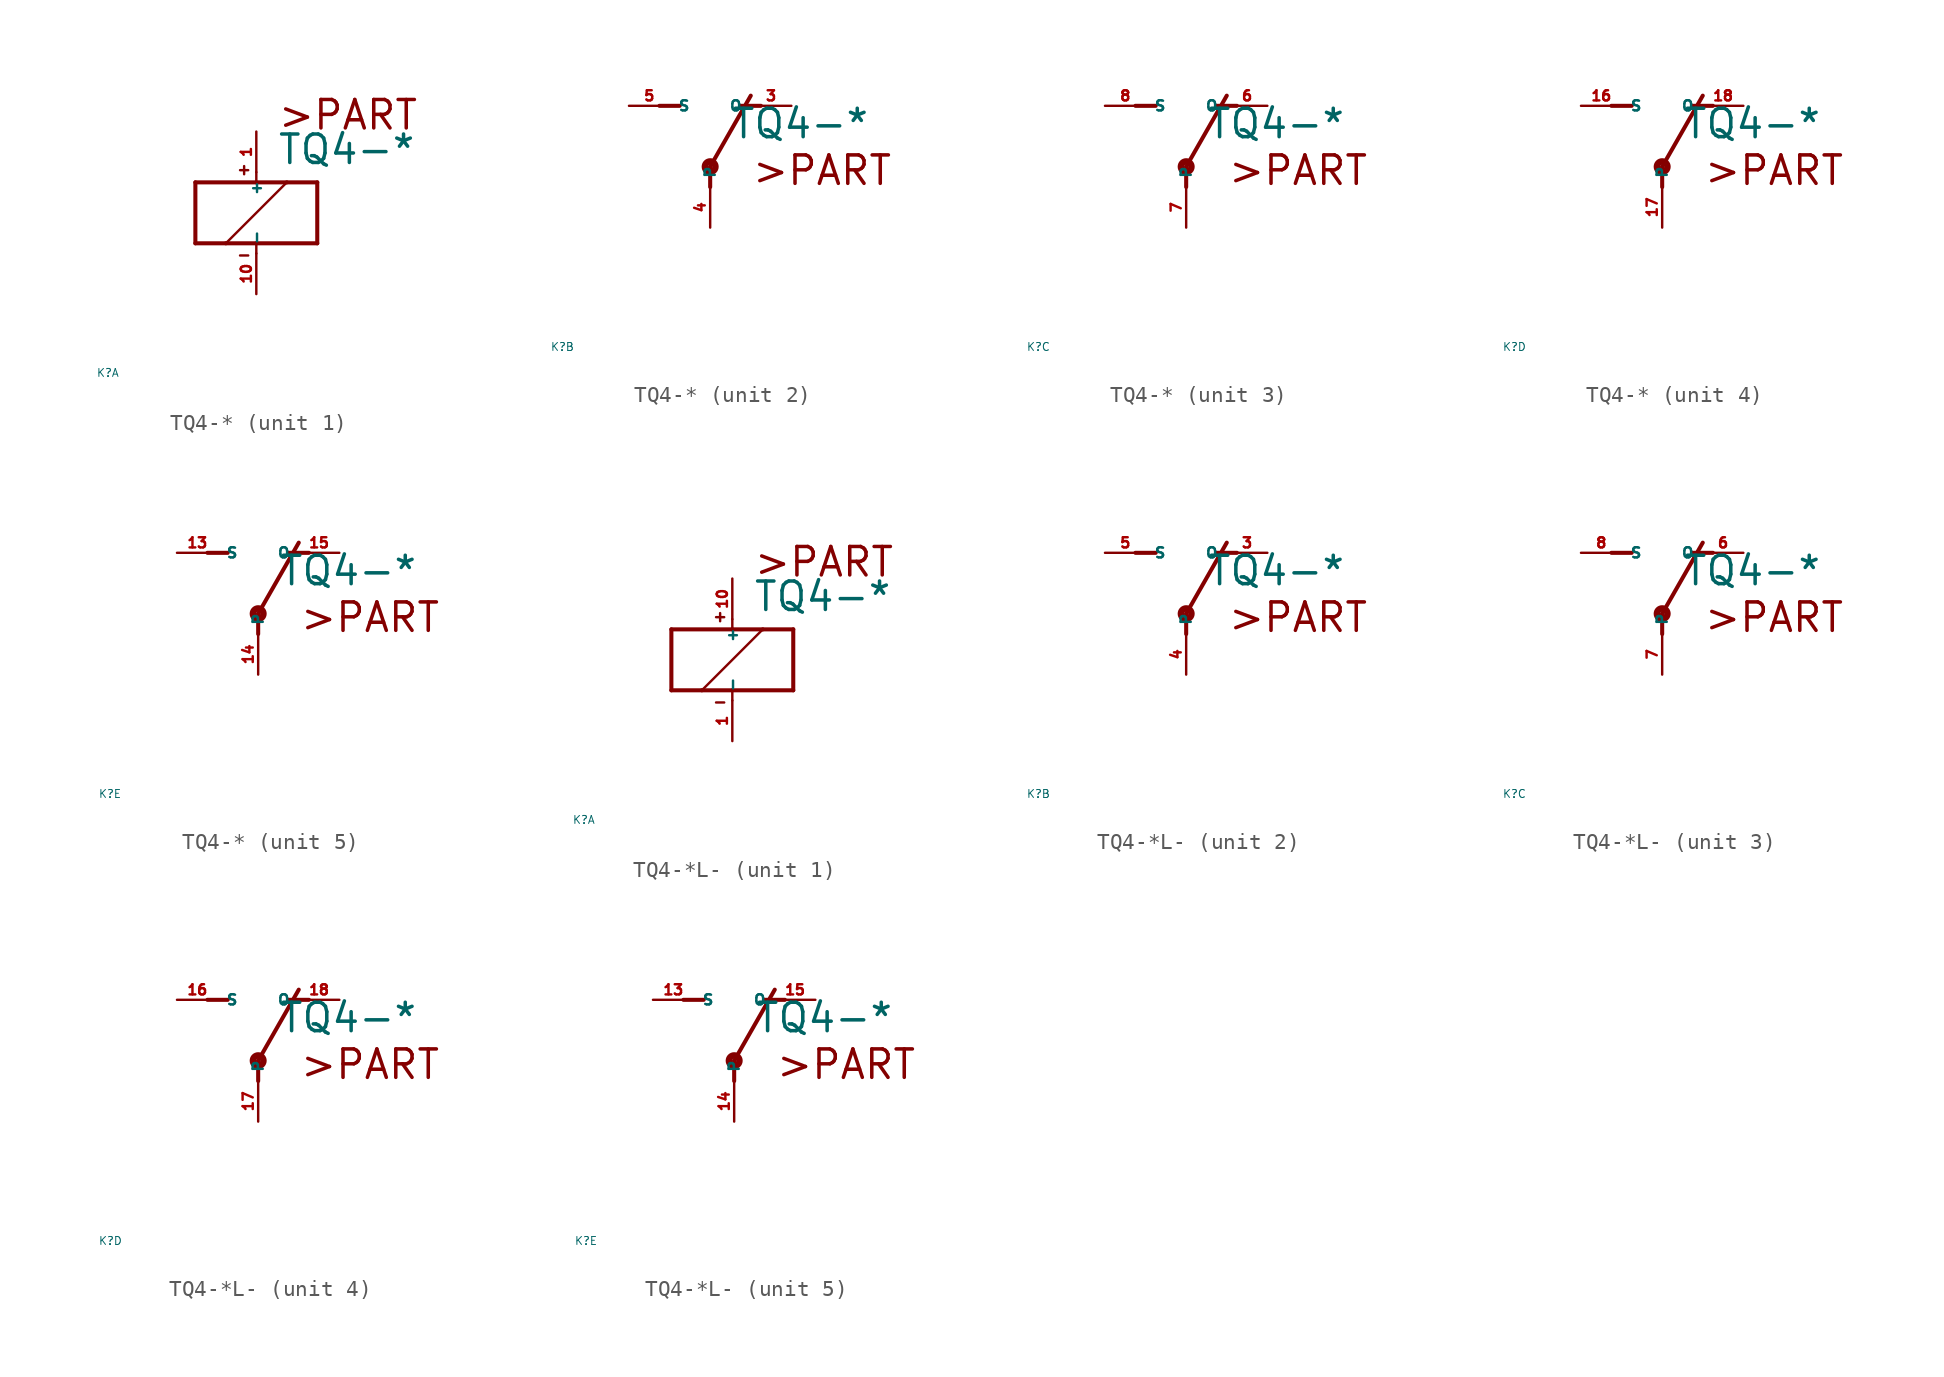
<source format=kicad_sym>
(kicad_symbol_lib
  (version 20220914)
  (generator Eagle2Kicad)
  (symbol "TQ4-*"
    (property "Reference" "K"
      (at -10 -10 0)
      (effects (font (size 0.5 0.5) (thickness 0.06)) (justify left)))
    (property "Value" "TQ4-*"
      (at 1.27 2.921 0)
      (effects (font (size 1.778 1.778) (thickness 0.22)) (justify left bottom)))
    (symbol "TQ4-*_1_0"
      (polyline (pts (xy -3.81 -1.905) (xy -1.905 -1.905)) (stroke (width 0.254) (type default)) (fill (type none)))
      (polyline (pts (xy 3.81 -1.905) (xy 3.81 1.905)) (stroke (width 0.254) (type default)) (fill (type none)))
      (polyline (pts (xy 3.81 1.905) (xy 1.905 1.905)) (stroke (width 0.254) (type default)) (fill (type none)))
      (polyline (pts (xy -3.81 1.905) (xy -3.81 -1.905)) (stroke (width 0.254) (type default)) (fill (type none)))
      (polyline (pts (xy 0 -2.54) (xy 0 -1.905)) (stroke (width 0.152) (type default)) (fill (type none)))
      (polyline (pts (xy 0 -1.905) (xy 3.81 -1.905)) (stroke (width 0.254) (type default)) (fill (type none)))
      (polyline (pts (xy 0 2.54) (xy 0 1.905)) (stroke (width 0.152) (type default)) (fill (type none)))
      (polyline (pts (xy 0 1.905) (xy -3.81 1.905)) (stroke (width 0.254) (type default)) (fill (type none)))
      (polyline (pts (xy -1.905 -1.905) (xy 1.905 1.905)) (stroke (width 0.152) (type default)) (fill (type none)))
      (polyline (pts (xy -1.905 -1.905) (xy 0 -1.905)) (stroke (width 0.254) (type default)) (fill (type none)))
      (polyline (pts (xy 1.905 1.905) (xy 0 1.905)) (stroke (width 0.254) (type default)) (fill (type none)))
      (polyline (pts (xy -1.016 2.667) (xy -0.508 2.667)) (stroke (width 0.152) (type default)) (fill (type none)))
      (polyline (pts (xy -0.762 2.921) (xy -0.762 2.413)) (stroke (width 0.152) (type default)) (fill (type none)))
      (polyline (pts (xy -1.016 -2.667) (xy -0.508 -2.667)) (stroke (width 0.152) (type default)) (fill (type none)))
      (text ">PART" (at 1.27 5.08 0) (effects (font (size 1.778 1.778) (thickness 0.22)) (justify left bottom)))
      (pin passive line (at 0 -5.08 90) (length 2.54) (name "-" (effects (font (size 0.635 0.635) (thickness 0.08)) (justify left bottom))) (number "10" (effects (font (size 0.635 0.635) (thickness 0.08)) (justify left bottom))))
      (pin passive line (at 0 5.08 270) (length 2.54) (name "+" (effects (font (size 0.635 0.635) (thickness 0.08)) (justify left bottom))) (number "1" (effects (font (size 0.635 0.635) (thickness 0.08)) (justify left bottom)))))
    (symbol "TQ4-*_2_0"
      (polyline (pts (xy 3.175 5.08) (xy 1.905 5.08)) (stroke (width 0.254) (type default)) (fill (type none)))
      (polyline (pts (xy -3.175 5.08) (xy -1.905 5.08)) (stroke (width 0.254) (type default)) (fill (type none)))
      (polyline (pts (xy 0 1.27) (xy 2.54 5.715)) (stroke (width 0.254) (type default)) (fill (type none)))
      (polyline (pts (xy 0 1.27) (xy 0 0)) (stroke (width 0.254) (type default)) (fill (type none)))
      (text ">PART" (at 2.54 0 0) (effects (font (size 1.778 1.778) (thickness 0.22)) (justify left bottom)))
      (circle (center 0 1.27) (radius 0.127) (stroke (width 0.406) (type default)) (fill (type none)))
      (pin passive line (at 5.08 5.08 180) (length 2.54) (name "O" (effects (font (size 0.635 0.635) (thickness 0.08)) (justify left bottom))) (number "3" (effects (font (size 0.635 0.635) (thickness 0.08)) (justify left bottom))))
      (pin passive line (at -5.08 5.08 0) (length 2.54) (name "S" (effects (font (size 0.635 0.635) (thickness 0.08)) (justify left bottom))) (number "5" (effects (font (size 0.635 0.635) (thickness 0.08)) (justify left bottom))))
      (pin passive line (at 0 -2.54 90) (length 2.54) (name "P" (effects (font (size 0.635 0.635) (thickness 0.08)) (justify left bottom))) (number "4" (effects (font (size 0.635 0.635) (thickness 0.08)) (justify left bottom)))))
    (symbol "TQ4-*_3_0"
      (polyline (pts (xy 3.175 5.08) (xy 1.905 5.08)) (stroke (width 0.254) (type default)) (fill (type none)))
      (polyline (pts (xy -3.175 5.08) (xy -1.905 5.08)) (stroke (width 0.254) (type default)) (fill (type none)))
      (polyline (pts (xy 0 1.27) (xy 2.54 5.715)) (stroke (width 0.254) (type default)) (fill (type none)))
      (polyline (pts (xy 0 1.27) (xy 0 0)) (stroke (width 0.254) (type default)) (fill (type none)))
      (text ">PART" (at 2.54 0 0) (effects (font (size 1.778 1.778) (thickness 0.22)) (justify left bottom)))
      (circle (center 0 1.27) (radius 0.127) (stroke (width 0.406) (type default)) (fill (type none)))
      (pin passive line (at 5.08 5.08 180) (length 2.54) (name "O" (effects (font (size 0.635 0.635) (thickness 0.08)) (justify left bottom))) (number "6" (effects (font (size 0.635 0.635) (thickness 0.08)) (justify left bottom))))
      (pin passive line (at -5.08 5.08 0) (length 2.54) (name "S" (effects (font (size 0.635 0.635) (thickness 0.08)) (justify left bottom))) (number "8" (effects (font (size 0.635 0.635) (thickness 0.08)) (justify left bottom))))
      (pin passive line (at 0 -2.54 90) (length 2.54) (name "P" (effects (font (size 0.635 0.635) (thickness 0.08)) (justify left bottom))) (number "7" (effects (font (size 0.635 0.635) (thickness 0.08)) (justify left bottom)))))
    (symbol "TQ4-*_4_0"
      (polyline (pts (xy 3.175 5.08) (xy 1.905 5.08)) (stroke (width 0.254) (type default)) (fill (type none)))
      (polyline (pts (xy -3.175 5.08) (xy -1.905 5.08)) (stroke (width 0.254) (type default)) (fill (type none)))
      (polyline (pts (xy 0 1.27) (xy 2.54 5.715)) (stroke (width 0.254) (type default)) (fill (type none)))
      (polyline (pts (xy 0 1.27) (xy 0 0)) (stroke (width 0.254) (type default)) (fill (type none)))
      (text ">PART" (at 2.54 0 0) (effects (font (size 1.778 1.778) (thickness 0.22)) (justify left bottom)))
      (circle (center 0 1.27) (radius 0.127) (stroke (width 0.406) (type default)) (fill (type none)))
      (pin passive line (at 5.08 5.08 180) (length 2.54) (name "O" (effects (font (size 0.635 0.635) (thickness 0.08)) (justify left bottom))) (number "18" (effects (font (size 0.635 0.635) (thickness 0.08)) (justify left bottom))))
      (pin passive line (at -5.08 5.08 0) (length 2.54) (name "S" (effects (font (size 0.635 0.635) (thickness 0.08)) (justify left bottom))) (number "16" (effects (font (size 0.635 0.635) (thickness 0.08)) (justify left bottom))))
      (pin passive line (at 0 -2.54 90) (length 2.54) (name "P" (effects (font (size 0.635 0.635) (thickness 0.08)) (justify left bottom))) (number "17" (effects (font (size 0.635 0.635) (thickness 0.08)) (justify left bottom)))))
    (symbol "TQ4-*_5_0"
      (polyline (pts (xy 3.175 5.08) (xy 1.905 5.08)) (stroke (width 0.254) (type default)) (fill (type none)))
      (polyline (pts (xy -3.175 5.08) (xy -1.905 5.08)) (stroke (width 0.254) (type default)) (fill (type none)))
      (polyline (pts (xy 0 1.27) (xy 2.54 5.715)) (stroke (width 0.254) (type default)) (fill (type none)))
      (polyline (pts (xy 0 1.27) (xy 0 0)) (stroke (width 0.254) (type default)) (fill (type none)))
      (text ">PART" (at 2.54 0 0) (effects (font (size 1.778 1.778) (thickness 0.22)) (justify left bottom)))
      (circle (center 0 1.27) (radius 0.127) (stroke (width 0.406) (type default)) (fill (type none)))
      (pin passive line (at 5.08 5.08 180) (length 2.54) (name "O" (effects (font (size 0.635 0.635) (thickness 0.08)) (justify left bottom))) (number "15" (effects (font (size 0.635 0.635) (thickness 0.08)) (justify left bottom))))
      (pin passive line (at -5.08 5.08 0) (length 2.54) (name "S" (effects (font (size 0.635 0.635) (thickness 0.08)) (justify left bottom))) (number "13" (effects (font (size 0.635 0.635) (thickness 0.08)) (justify left bottom))))
      (pin passive line (at 0 -2.54 90) (length 2.54) (name "P" (effects (font (size 0.635 0.635) (thickness 0.08)) (justify left bottom))) (number "14" (effects (font (size 0.635 0.635) (thickness 0.08)) (justify left bottom))))))
  (symbol "TQ4-*L-"
    (property "Reference" "K"
      (at -10 -10 0)
      (effects (font (size 0.5 0.5) (thickness 0.06)) (justify left)))
    (property "Value" "TQ4-*"
      (at 1.27 2.921 0)
      (effects (font (size 1.778 1.778) (thickness 0.22)) (justify left bottom)))
    (symbol "TQ4-*L-_1_0"
      (polyline (pts (xy -3.81 -1.905) (xy -1.905 -1.905)) (stroke (width 0.254) (type default)) (fill (type none)))
      (polyline (pts (xy 3.81 -1.905) (xy 3.81 1.905)) (stroke (width 0.254) (type default)) (fill (type none)))
      (polyline (pts (xy 3.81 1.905) (xy 1.905 1.905)) (stroke (width 0.254) (type default)) (fill (type none)))
      (polyline (pts (xy -3.81 1.905) (xy -3.81 -1.905)) (stroke (width 0.254) (type default)) (fill (type none)))
      (polyline (pts (xy 0 -2.54) (xy 0 -1.905)) (stroke (width 0.152) (type default)) (fill (type none)))
      (polyline (pts (xy 0 -1.905) (xy 3.81 -1.905)) (stroke (width 0.254) (type default)) (fill (type none)))
      (polyline (pts (xy 0 2.54) (xy 0 1.905)) (stroke (width 0.152) (type default)) (fill (type none)))
      (polyline (pts (xy 0 1.905) (xy -3.81 1.905)) (stroke (width 0.254) (type default)) (fill (type none)))
      (polyline (pts (xy -1.905 -1.905) (xy 1.905 1.905)) (stroke (width 0.152) (type default)) (fill (type none)))
      (polyline (pts (xy -1.905 -1.905) (xy 0 -1.905)) (stroke (width 0.254) (type default)) (fill (type none)))
      (polyline (pts (xy 1.905 1.905) (xy 0 1.905)) (stroke (width 0.254) (type default)) (fill (type none)))
      (polyline (pts (xy -1.016 2.667) (xy -0.508 2.667)) (stroke (width 0.152) (type default)) (fill (type none)))
      (polyline (pts (xy -0.762 2.921) (xy -0.762 2.413)) (stroke (width 0.152) (type default)) (fill (type none)))
      (polyline (pts (xy -1.016 -2.667) (xy -0.508 -2.667)) (stroke (width 0.152) (type default)) (fill (type none)))
      (text ">PART" (at 1.27 5.08 0) (effects (font (size 1.778 1.778) (thickness 0.22)) (justify left bottom)))
      (pin passive line (at 0 -5.08 90) (length 2.54) (name "-" (effects (font (size 0.635 0.635) (thickness 0.08)) (justify left bottom))) (number "1" (effects (font (size 0.635 0.635) (thickness 0.08)) (justify left bottom))))
      (pin passive line (at 0 5.08 270) (length 2.54) (name "+" (effects (font (size 0.635 0.635) (thickness 0.08)) (justify left bottom))) (number "10" (effects (font (size 0.635 0.635) (thickness 0.08)) (justify left bottom)))))
    (symbol "TQ4-*L-_2_0"
      (polyline (pts (xy 3.175 5.08) (xy 1.905 5.08)) (stroke (width 0.254) (type default)) (fill (type none)))
      (polyline (pts (xy -3.175 5.08) (xy -1.905 5.08)) (stroke (width 0.254) (type default)) (fill (type none)))
      (polyline (pts (xy 0 1.27) (xy 2.54 5.715)) (stroke (width 0.254) (type default)) (fill (type none)))
      (polyline (pts (xy 0 1.27) (xy 0 0)) (stroke (width 0.254) (type default)) (fill (type none)))
      (text ">PART" (at 2.54 0 0) (effects (font (size 1.778 1.778) (thickness 0.22)) (justify left bottom)))
      (circle (center 0 1.27) (radius 0.127) (stroke (width 0.406) (type default)) (fill (type none)))
      (pin passive line (at 5.08 5.08 180) (length 2.54) (name "O" (effects (font (size 0.635 0.635) (thickness 0.08)) (justify left bottom))) (number "3" (effects (font (size 0.635 0.635) (thickness 0.08)) (justify left bottom))))
      (pin passive line (at -5.08 5.08 0) (length 2.54) (name "S" (effects (font (size 0.635 0.635) (thickness 0.08)) (justify left bottom))) (number "5" (effects (font (size 0.635 0.635) (thickness 0.08)) (justify left bottom))))
      (pin passive line (at 0 -2.54 90) (length 2.54) (name "P" (effects (font (size 0.635 0.635) (thickness 0.08)) (justify left bottom))) (number "4" (effects (font (size 0.635 0.635) (thickness 0.08)) (justify left bottom)))))
    (symbol "TQ4-*L-_3_0"
      (polyline (pts (xy 3.175 5.08) (xy 1.905 5.08)) (stroke (width 0.254) (type default)) (fill (type none)))
      (polyline (pts (xy -3.175 5.08) (xy -1.905 5.08)) (stroke (width 0.254) (type default)) (fill (type none)))
      (polyline (pts (xy 0 1.27) (xy 2.54 5.715)) (stroke (width 0.254) (type default)) (fill (type none)))
      (polyline (pts (xy 0 1.27) (xy 0 0)) (stroke (width 0.254) (type default)) (fill (type none)))
      (text ">PART" (at 2.54 0 0) (effects (font (size 1.778 1.778) (thickness 0.22)) (justify left bottom)))
      (circle (center 0 1.27) (radius 0.127) (stroke (width 0.406) (type default)) (fill (type none)))
      (pin passive line (at 5.08 5.08 180) (length 2.54) (name "O" (effects (font (size 0.635 0.635) (thickness 0.08)) (justify left bottom))) (number "6" (effects (font (size 0.635 0.635) (thickness 0.08)) (justify left bottom))))
      (pin passive line (at -5.08 5.08 0) (length 2.54) (name "S" (effects (font (size 0.635 0.635) (thickness 0.08)) (justify left bottom))) (number "8" (effects (font (size 0.635 0.635) (thickness 0.08)) (justify left bottom))))
      (pin passive line (at 0 -2.54 90) (length 2.54) (name "P" (effects (font (size 0.635 0.635) (thickness 0.08)) (justify left bottom))) (number "7" (effects (font (size 0.635 0.635) (thickness 0.08)) (justify left bottom)))))
    (symbol "TQ4-*L-_4_0"
      (polyline (pts (xy 3.175 5.08) (xy 1.905 5.08)) (stroke (width 0.254) (type default)) (fill (type none)))
      (polyline (pts (xy -3.175 5.08) (xy -1.905 5.08)) (stroke (width 0.254) (type default)) (fill (type none)))
      (polyline (pts (xy 0 1.27) (xy 2.54 5.715)) (stroke (width 0.254) (type default)) (fill (type none)))
      (polyline (pts (xy 0 1.27) (xy 0 0)) (stroke (width 0.254) (type default)) (fill (type none)))
      (text ">PART" (at 2.54 0 0) (effects (font (size 1.778 1.778) (thickness 0.22)) (justify left bottom)))
      (circle (center 0 1.27) (radius 0.127) (stroke (width 0.406) (type default)) (fill (type none)))
      (pin passive line (at 5.08 5.08 180) (length 2.54) (name "O" (effects (font (size 0.635 0.635) (thickness 0.08)) (justify left bottom))) (number "18" (effects (font (size 0.635 0.635) (thickness 0.08)) (justify left bottom))))
      (pin passive line (at -5.08 5.08 0) (length 2.54) (name "S" (effects (font (size 0.635 0.635) (thickness 0.08)) (justify left bottom))) (number "16" (effects (font (size 0.635 0.635) (thickness 0.08)) (justify left bottom))))
      (pin passive line (at 0 -2.54 90) (length 2.54) (name "P" (effects (font (size 0.635 0.635) (thickness 0.08)) (justify left bottom))) (number "17" (effects (font (size 0.635 0.635) (thickness 0.08)) (justify left bottom)))))
    (symbol "TQ4-*L-_5_0"
      (polyline (pts (xy 3.175 5.08) (xy 1.905 5.08)) (stroke (width 0.254) (type default)) (fill (type none)))
      (polyline (pts (xy -3.175 5.08) (xy -1.905 5.08)) (stroke (width 0.254) (type default)) (fill (type none)))
      (polyline (pts (xy 0 1.27) (xy 2.54 5.715)) (stroke (width 0.254) (type default)) (fill (type none)))
      (polyline (pts (xy 0 1.27) (xy 0 0)) (stroke (width 0.254) (type default)) (fill (type none)))
      (text ">PART" (at 2.54 0 0) (effects (font (size 1.778 1.778) (thickness 0.22)) (justify left bottom)))
      (circle (center 0 1.27) (radius 0.127) (stroke (width 0.406) (type default)) (fill (type none)))
      (pin passive line (at 5.08 5.08 180) (length 2.54) (name "O" (effects (font (size 0.635 0.635) (thickness 0.08)) (justify left bottom))) (number "15" (effects (font (size 0.635 0.635) (thickness 0.08)) (justify left bottom))))
      (pin passive line (at -5.08 5.08 0) (length 2.54) (name "S" (effects (font (size 0.635 0.635) (thickness 0.08)) (justify left bottom))) (number "13" (effects (font (size 0.635 0.635) (thickness 0.08)) (justify left bottom))))
      (pin passive line (at 0 -2.54 90) (length 2.54) (name "P" (effects (font (size 0.635 0.635) (thickness 0.08)) (justify left bottom))) (number "14" (effects (font (size 0.635 0.635) (thickness 0.08)) (justify left bottom)))))))
</source>
